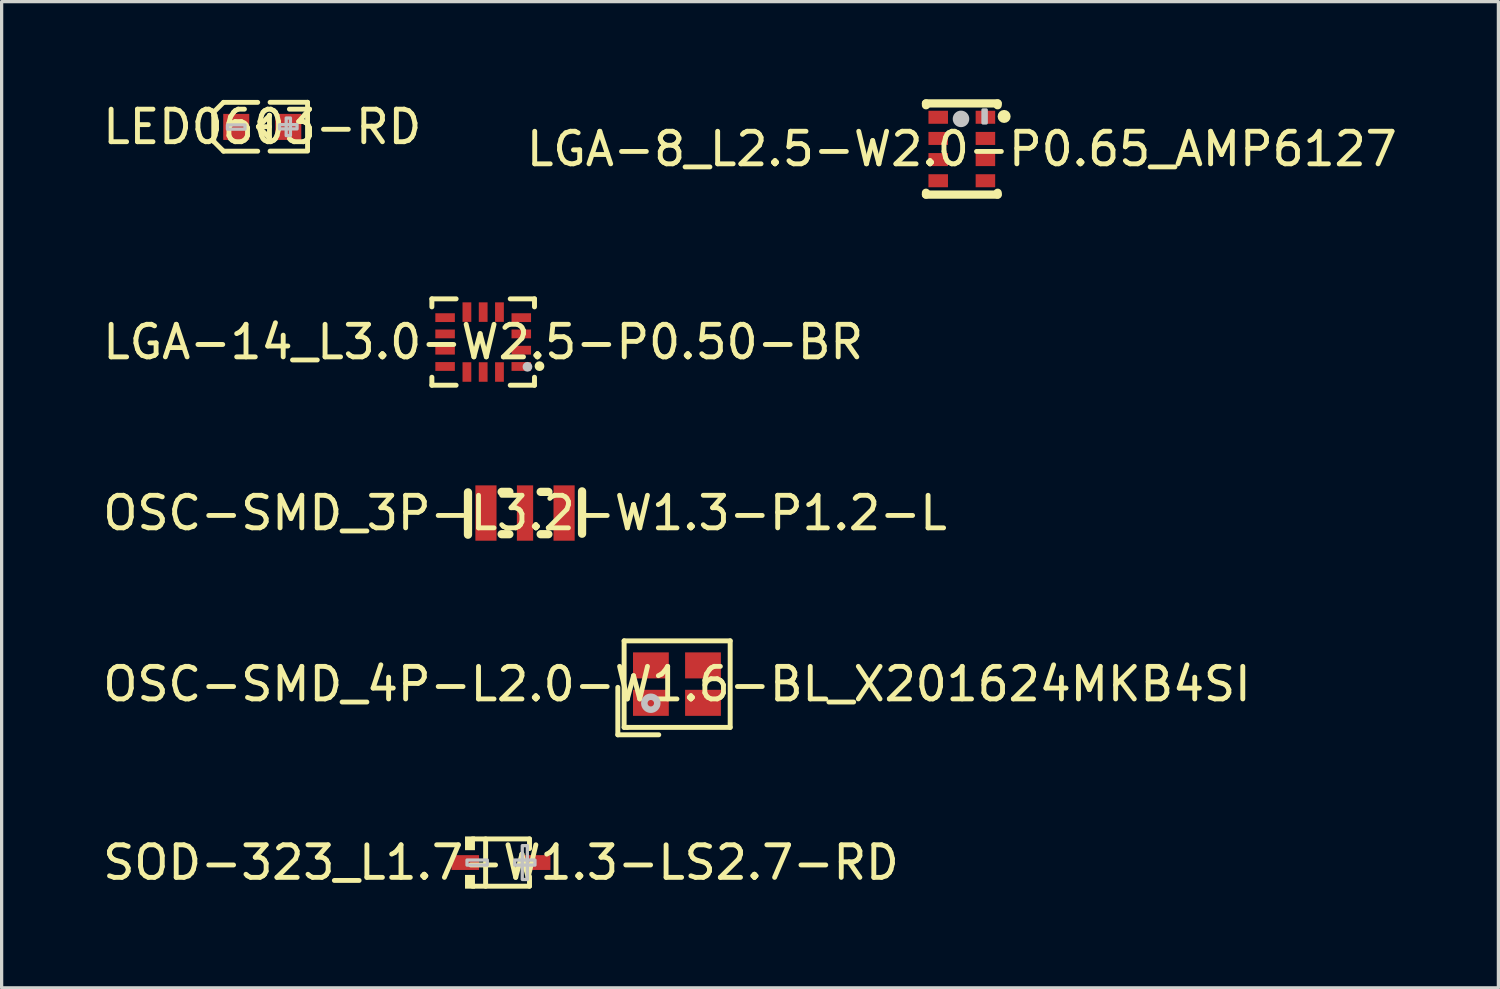
<source format=kicad_pcb>
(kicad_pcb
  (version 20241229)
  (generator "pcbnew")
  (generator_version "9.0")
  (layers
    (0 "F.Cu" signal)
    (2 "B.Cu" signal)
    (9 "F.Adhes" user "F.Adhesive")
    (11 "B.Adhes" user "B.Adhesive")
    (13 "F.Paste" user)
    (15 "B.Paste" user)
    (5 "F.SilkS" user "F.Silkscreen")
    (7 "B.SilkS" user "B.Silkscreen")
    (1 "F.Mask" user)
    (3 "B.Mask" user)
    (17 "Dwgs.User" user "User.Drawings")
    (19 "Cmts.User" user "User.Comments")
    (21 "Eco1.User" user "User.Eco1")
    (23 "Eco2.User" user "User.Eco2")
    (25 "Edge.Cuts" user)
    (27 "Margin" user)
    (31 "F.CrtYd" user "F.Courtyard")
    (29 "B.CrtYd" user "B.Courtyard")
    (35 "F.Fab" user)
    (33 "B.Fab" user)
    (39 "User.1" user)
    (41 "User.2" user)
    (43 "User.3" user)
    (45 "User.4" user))
  (footprint "LED0603-RD"
    (layer "F.Cu")
    (at 5.006 0.848)
    (property "Reference" "LED0603-RD" (at 0 0 0) (layer "F.SilkS") (effects (font (size 1 1) (thickness 0.15))))
    (fp_line (start -1.49 -0.455) (end -1.19 -0.754) (stroke (width 0.15) (type default)) (layer "F.SilkS"))
    (fp_line (start -1.49 -0.354) (end -1.49 -0.455) (stroke (width 0.15) (type default)) (layer "F.SilkS"))
    (fp_line (start -1.49 -0.354) (end -1.49 0.346) (stroke (width 0.15) (type default)) (layer "F.SilkS"))
    (fp_line (start -1.49 0.346) (end -1.49 0.446) (stroke (width 0.15) (type default)) (layer "F.SilkS"))
    (fp_line (start -1.49 0.446) (end -1.19 0.746) (stroke (width 0.15) (type default)) (layer "F.SilkS"))
    (fp_line (start -0.14 -0.754) (end -1.19 -0.754) (stroke (width 0.15) (type default)) (layer "F.SilkS"))
    (fp_line (start -0.14 0.746) (end -1.19 0.746) (stroke (width 0.15) (type default)) (layer "F.SilkS"))
    (fp_line (start 0.21 0.324) (end -0.119 -0.006) (stroke (width 0.15) (type default)) (layer "F.SilkS"))
    (fp_line (start 0.221 -0.356) (end 0.221 -0.346) (stroke (width 0.15) (type default)) (layer "F.SilkS"))
    (fp_line (start 0.221 -0.356) (end 0.221 0.324) (stroke (width 0.15) (type default)) (layer "F.SilkS"))
    (fp_line (start 0.221 -0.346) (end -0.119 -0.006) (stroke (width 0.15) (type default)) (layer "F.SilkS"))
    (fp_line (start 0.221 -0.006) (end -0.119 -0.006) (stroke (width 0.15) (type default)) (layer "F.SilkS"))
    (fp_line (start 0.221 0.324) (end 0.21 0.324) (stroke (width 0.15) (type default)) (layer "F.SilkS"))
    (fp_line (start 0.24 -0.756) (end 1.391 -0.756) (stroke (width 0.15) (type default)) (layer "F.SilkS"))
    (fp_line (start 0.24 0.744) (end 1.391 0.744) (stroke (width 0.15) (type default)) (layer "F.SilkS"))
    (fp_line (start 1.391 -0.756) (end 1.391 0.724) (stroke (width 0.15) (type default)) (layer "F.SilkS"))
    (fp_poly (pts (xy -1.07 -0.061) (xy -0.53 -0.061) (xy -0.53 0.069) (xy -1.07 0.069)) (stroke (width 0.1) (type default)) (fill no) (layer "Dwgs.User"))
    (fp_poly (pts (xy 0.529 -0.069) (xy 1.069 -0.069) (xy 1.069 0.061) (xy 0.529 0.061)) (stroke (width 0.1) (type default)) (fill no) (layer "Dwgs.User"))
    (fp_poly (pts (xy 0.735 0.267) (xy 0.735 -0.273) (xy 0.865 -0.273) (xy 0.865 0.267)) (stroke (width 0.1) (type default)) (fill no) (layer "Dwgs.User"))
    (fp_poly (pts (xy -0.799 0.404) (xy -0.799 -0.397) (xy -0.499 -0.397) (xy -0.499 0.404)) (stroke (width 0.1) (type default)) (fill no) (layer "User.1"))
    (fp_poly (pts (xy 0.5 0.397) (xy 0.5 -0.404) (xy 0.8 -0.404) (xy 0.8 0.397)) (stroke (width 0.1) (type default)) (fill no) (layer "User.1"))
    (fp_line (start -0.799 -0.4) (end 0.8 -0.4) (stroke (width 0.051) (type default)) (layer "User.2"))
    (fp_line (start -0.799 0.4) (end -0.799 -0.4) (stroke (width 0.051) (type default)) (layer "User.2"))
    (fp_line (start 0.8 -0.4) (end 0.8 0.4) (stroke (width 0.051) (type default)) (layer "User.2"))
    (fp_line (start 0.8 0.4) (end -0.799 0.4) (stroke (width 0.051) (type default)) (layer "User.2"))
    (fp_poly (pts (xy -0.744 0.381) (xy -0.777 0.348) (xy -0.822 0.348) (xy -0.855 0.381) (xy -0.855 0.426) (xy -0.822 0.459) (xy -0.777 0.459) (xy -0.744 0.426)) (stroke (width 0.1) (type default)) (fill no) (layer "User.3"))
    (pad "1" smd rect (at -0.799 0 90) (size 0.8 0.8) (layers "F.Cu" "F.Mask" "F.Paste"))
    (pad "2" smd rect (at 0.799 0 90) (size 0.8 0.8) (layers "F.Cu" "F.Mask" "F.Paste")))
  (footprint "SOD-323_L1.7-W1.3-LS2.7-RD"
    (layer "F.Cu")
    (at 12.339 23.445)
    (property "Reference" "SOD-323_L1.7-W1.3-LS2.7-RD" (at 0 0 0) (layer "F.SilkS") (effects (font (size 1 1) (thickness 0.15))))
    (fp_line (start -0.876 -0.726) (end 0.876 -0.726) (stroke (width 0.152) (type default)) (layer "F.SilkS"))
    (fp_line (start -0.876 0.726) (end 0.876 0.726) (stroke (width 0.152) (type default)) (layer "F.SilkS"))
    (fp_line (start -0.472 -0.726) (end -0.472 0.726) (stroke (width 0.152) (type default)) (layer "F.SilkS"))
    (fp_line (start 0.876 -0.726) (end 0.876 -0.43) (stroke (width 0.152) (type default)) (layer "F.SilkS"))
    (fp_line (start 0.876 0.726) (end 0.876 0.43) (stroke (width 0.152) (type default)) (layer "F.SilkS"))
    (fp_poly (pts (xy -0.8 -0.802) (xy -0.8 -0.38) (xy -1.105 -0.38) (xy -1.105 -0.802)) (stroke (width 0) (type default)) (fill yes) (layer "F.SilkS"))
    (fp_poly (pts (xy -0.8 0.802) (xy -0.8 0.38) (xy -1.105 0.38) (xy -1.105 0.802)) (stroke (width 0) (type default)) (fill yes) (layer "F.SilkS"))
    (fp_poly (pts (xy -1.044 -0.078) (xy -1.044 0.078) (xy -0.42 0.078) (xy -0.42 -0.078)) (stroke (width 0.1) (type default)) (fill no) (layer "Dwgs.User"))
    (fp_poly (pts (xy 0.81 -0.52) (xy 0.81 0.52) (xy 0.654 0.52) (xy 0.654 -0.52)) (stroke (width 0.1) (type default)) (fill no) (layer "Dwgs.User"))
    (fp_poly (pts (xy 1.044 -0.078) (xy 1.044 0.078) (xy 0.42 0.078) (xy 0.42 -0.078)) (stroke (width 0.1) (type default)) (fill no) (layer "Dwgs.User"))
    (fp_poly (pts (xy -1.35 0.15) (xy -1.35 -0.15) (xy -1.07 -0.15) (xy -1.07 0.15)) (stroke (width 0.1) (type default)) (fill no) (layer "User.1"))
    (fp_poly (pts (xy -1.08 0.15) (xy -1.08 -0.15) (xy -0.84 -0.15) (xy -0.84 0.15)) (stroke (width 0.1) (type default)) (fill no) (layer "User.1"))
    (fp_poly (pts (xy 0.84 0.15) (xy 0.84 -0.15) (xy 1.08 -0.15) (xy 1.08 0.15)) (stroke (width 0.1) (type default)) (fill no) (layer "User.1"))
    (fp_poly (pts (xy 1.07 0.15) (xy 1.07 -0.15) (xy 1.35 -0.15) (xy 1.35 0.15)) (stroke (width 0.1) (type default)) (fill no) (layer "User.1"))
    (fp_line (start -0.85 -0.65) (end 0.85 -0.65) (stroke (width 0.051) (type default)) (layer "User.2"))
    (fp_line (start -0.85 0.65) (end -0.85 -0.65) (stroke (width 0.051) (type default)) (layer "User.2"))
    (fp_line (start 0.85 -0.65) (end 0.85 0.65) (stroke (width 0.051) (type default)) (layer "User.2"))
    (fp_line (start 0.85 0.65) (end -0.85 0.65) (stroke (width 0.051) (type default)) (layer "User.2"))
    (fp_poly (pts (xy -1.295 0.627) (xy -1.327 0.595) (xy -1.373 0.595) (xy -1.405 0.627) (xy -1.405 0.673) (xy -1.373 0.705) (xy -1.327 0.705) (xy -1.295 0.673)) (stroke (width 0.1) (type default)) (fill no) (layer "User.3"))
    (pad "1" smd rect (at -1.097 0 180) (size 0.845 0.455) (layers "F.Cu" "F.Mask" "F.Paste"))
    (pad "2" smd rect (at 1.097 0 180) (size 0.845 0.455) (layers "F.Cu" "F.Mask" "F.Paste")))
  (footprint "LGA-8_L2.5-W2.0-P0.65_AMP6127"
    (layer "F.Cu")
    (at 26.494 1.527)
    (property "Reference" "LGA-8_L2.5-W2.0-P0.65_AMP6127" (at 0 0 0) (layer "F.SilkS") (effects (font (size 1 1) (thickness 0.15))))
    (fp_line (start -1.1 -1.4) (end -1.1 -1.344) (stroke (width 0.254) (type default)) (layer "F.SilkS"))
    (fp_line (start -1.1 -1.4) (end 1.1 -1.4) (stroke (width 0.254) (type default)) (layer "F.SilkS"))
    (fp_line (start -1.1 1.344) (end -1.1 1.4) (stroke (width 0.254) (type default)) (layer "F.SilkS"))
    (fp_line (start -1.1 1.4) (end 1.1 1.4) (stroke (width 0.254) (type default)) (layer "F.SilkS"))
    (fp_line (start 1.1 -1.4) (end 1.1 -1.344) (stroke (width 0.254) (type default)) (layer "F.SilkS"))
    (fp_line (start 1.1 1.344) (end 1.1 1.4) (stroke (width 0.254) (type default)) (layer "F.SilkS"))
    (fp_circle (center 1.3 -1) (end 1.4 -1) (stroke (width 0.2) (type default)) (fill no) (layer "F.SilkS"))
    (fp_circle (center -0.025 -0.925) (end 0.102 -0.925) (stroke (width 0.254) (type default)) (fill no) (layer "Dwgs.User"))
    (fp_poly (pts (xy 0.65 -1.2) (xy 0.65 -0.8) (xy 0.75 -0.8) (xy 0.75 -1.2)) (stroke (width 0.1) (type default)) (fill no) (layer "Dwgs.User"))
    (fp_poly (pts (xy -0.9 -1.125) (xy -0.55 -1.125) (xy -0.55 -0.825) (xy -0.9 -0.825)) (stroke (width 0.1) (type default)) (fill no) (layer "User.1"))
    (fp_poly (pts (xy -0.9 -0.475) (xy -0.55 -0.475) (xy -0.55 -0.175) (xy -0.9 -0.175)) (stroke (width 0.1) (type default)) (fill no) (layer "User.1"))
    (fp_poly (pts (xy -0.9 0.175) (xy -0.55 0.175) (xy -0.55 0.475) (xy -0.9 0.475)) (stroke (width 0.1) (type default)) (fill no) (layer "User.1"))
    (fp_poly (pts (xy -0.9 0.825) (xy -0.55 0.825) (xy -0.55 1.125) (xy -0.9 1.125)) (stroke (width 0.1) (type default)) (fill no) (layer "User.1"))
    (fp_poly (pts (xy 0.55 -1.125) (xy 0.9 -1.125) (xy 0.9 -0.825) (xy 0.55 -0.825)) (stroke (width 0.1) (type default)) (fill no) (layer "User.1"))
    (fp_poly (pts (xy 0.55 -0.475) (xy 0.9 -0.475) (xy 0.9 -0.175) (xy 0.55 -0.175)) (stroke (width 0.1) (type default)) (fill no) (layer "User.1"))
    (fp_poly (pts (xy 0.55 0.175) (xy 0.9 0.175) (xy 0.9 0.475) (xy 0.55 0.475)) (stroke (width 0.1) (type default)) (fill no) (layer "User.1"))
    (fp_poly (pts (xy 0.55 0.825) (xy 0.9 0.825) (xy 0.9 1.125) (xy 0.55 1.125)) (stroke (width 0.1) (type default)) (fill no) (layer "User.1"))
    (fp_line (start -1 -1.25) (end 1 -1.25) (stroke (width 0.051) (type default)) (layer "User.2"))
    (fp_line (start -1 1.25) (end -1 -1.25) (stroke (width 0.051) (type default)) (layer "User.2"))
    (fp_line (start 1 -1.25) (end 1 1.25) (stroke (width 0.051) (type default)) (layer "User.2"))
    (fp_line (start 1 1.25) (end -1 1.25) (stroke (width 0.051) (type default)) (layer "User.2"))
    (fp_poly (pts (xy 1.055 -1.273) (xy 1.023 -1.305) (xy 0.977 -1.305) (xy 0.945 -1.273) (xy 0.945 -1.227) (xy 0.977 -1.195) (xy 1.023 -1.195) (xy 1.055 -1.227)) (stroke (width 0.1) (type default)) (fill no) (layer "User.3"))
    (pad "1" smd rect (at 0.725 -0.975) (size 0.6 0.4) (layers "F.Cu" "F.Mask" "F.Paste"))
    (pad "2" smd rect (at 0.725 -0.325) (size 0.6 0.4) (layers "F.Cu" "F.Mask" "F.Paste"))
    (pad "3" smd rect (at 0.725 0.325) (size 0.6 0.4) (layers "F.Cu" "F.Mask" "F.Paste"))
    (pad "4" smd rect (at 0.725 0.975) (size 0.6 0.4) (layers "F.Cu" "F.Mask" "F.Paste"))
    (pad "5" smd rect (at -0.725 0.975) (size 0.6 0.4) (layers "F.Cu" "F.Mask" "F.Paste"))
    (pad "6" smd rect (at -0.725 0.325) (size 0.6 0.4) (layers "F.Cu" "F.Mask" "F.Paste"))
    (pad "7" smd rect (at -0.725 -0.325) (size 0.6 0.4) (layers "F.Cu" "F.Mask" "F.Paste"))
    (pad "8" smd rect (at -0.725 -0.975) (size 0.6 0.4) (layers "F.Cu" "F.Mask" "F.Paste")))
  (footprint "LGA-14_L3.0-W2.5-P0.50-BR"
    (layer "F.Cu")
    (at 11.792 7.457)
    (property "Reference" "LGA-14_L3.0-W2.5-P0.50-BR" (at 0 0 0) (layer "F.SilkS") (effects (font (size 1 1) (thickness 0.15))))
    (fp_line (start -1.576 -1.327) (end -1.576 -1.081) (stroke (width 0.152) (type default)) (layer "F.SilkS"))
    (fp_line (start -1.576 1.326) (end -1.576 1.081) (stroke (width 0.152) (type default)) (layer "F.SilkS"))
    (fp_line (start -0.831 -1.327) (end -1.576 -1.327) (stroke (width 0.152) (type default)) (layer "F.SilkS"))
    (fp_line (start -0.831 1.326) (end -1.576 1.326) (stroke (width 0.152) (type default)) (layer "F.SilkS"))
    (fp_line (start 0.831 -1.327) (end 1.576 -1.327) (stroke (width 0.152) (type default)) (layer "F.SilkS"))
    (fp_line (start 0.831 1.326) (end 1.576 1.326) (stroke (width 0.152) (type default)) (layer "F.SilkS"))
    (fp_line (start 1.576 -1.327) (end 1.576 -1.081) (stroke (width 0.152) (type default)) (layer "F.SilkS"))
    (fp_line (start 1.576 1.326) (end 1.576 1.081) (stroke (width 0.152) (type default)) (layer "F.SilkS"))
    (fp_circle (center 1.73 0.74) (end 1.805 0.74) (stroke (width 0.15) (type default)) (fill no) (layer "F.SilkS"))
    (fp_circle (center 1.36 0.76) (end 1.435 0.76) (stroke (width 0.15) (type default)) (fill no) (layer "Dwgs.User"))
    (fp_poly (pts (xy -0.925 -0.625) (xy -1.4 -0.625) (xy -1.4 -0.875) (xy -0.925 -0.875)) (stroke (width 0.1) (type default)) (fill no) (layer "User.1"))
    (fp_poly (pts (xy -0.925 -0.125) (xy -1.4 -0.125) (xy -1.4 -0.375) (xy -0.925 -0.375)) (stroke (width 0.1) (type default)) (fill no) (layer "User.1"))
    (fp_poly (pts (xy -0.925 0.375) (xy -1.4 0.375) (xy -1.4 0.125) (xy -0.925 0.125)) (stroke (width 0.1) (type default)) (fill no) (layer "User.1"))
    (fp_poly (pts (xy -0.925 0.875) (xy -1.4 0.875) (xy -1.4 0.625) (xy -0.925 0.625)) (stroke (width 0.1) (type default)) (fill no) (layer "User.1"))
    (fp_poly (pts (xy -0.375 -0.675) (xy -0.625 -0.675) (xy -0.625 -1.15) (xy -0.375 -1.15)) (stroke (width 0.1) (type default)) (fill no) (layer "User.1"))
    (fp_poly (pts (xy -0.375 1.15) (xy -0.625 1.15) (xy -0.625 0.675) (xy -0.375 0.675)) (stroke (width 0.1) (type default)) (fill no) (layer "User.1"))
    (fp_poly (pts (xy 0.125 -0.675) (xy -0.125 -0.675) (xy -0.125 -1.15) (xy 0.125 -1.15)) (stroke (width 0.1) (type default)) (fill no) (layer "User.1"))
    (fp_poly (pts (xy 0.125 1.15) (xy -0.125 1.15) (xy -0.125 0.675) (xy 0.125 0.675)) (stroke (width 0.1) (type default)) (fill no) (layer "User.1"))
    (fp_poly (pts (xy 0.625 -0.675) (xy 0.375 -0.675) (xy 0.375 -1.15) (xy 0.625 -1.15)) (stroke (width 0.1) (type default)) (fill no) (layer "User.1"))
    (fp_poly (pts (xy 0.625 1.15) (xy 0.375 1.15) (xy 0.375 0.675) (xy 0.625 0.675)) (stroke (width 0.1) (type default)) (fill no) (layer "User.1"))
    (fp_poly (pts (xy 1.4 -0.625) (xy 0.925 -0.625) (xy 0.925 -0.875) (xy 1.4 -0.875)) (stroke (width 0.1) (type default)) (fill no) (layer "User.1"))
    (fp_poly (pts (xy 1.4 -0.125) (xy 0.925 -0.125) (xy 0.925 -0.375) (xy 1.4 -0.375)) (stroke (width 0.1) (type default)) (fill no) (layer "User.1"))
    (fp_poly (pts (xy 1.4 0.375) (xy 0.925 0.375) (xy 0.925 0.125) (xy 1.4 0.125)) (stroke (width 0.1) (type default)) (fill no) (layer "User.1"))
    (fp_poly (pts (xy 1.4 0.875) (xy 0.925 0.875) (xy 0.925 0.625) (xy 1.4 0.625)) (stroke (width 0.1) (type default)) (fill no) (layer "User.1"))
    (fp_line (start -1.5 -1.25) (end 1.5 -1.25) (stroke (width 0.051) (type default)) (layer "User.2"))
    (fp_line (start -1.5 1.25) (end -1.5 -1.25) (stroke (width 0.051) (type default)) (layer "User.2"))
    (fp_line (start 1.5 -1.25) (end 1.5 1.25) (stroke (width 0.051) (type default)) (layer "User.2"))
    (fp_line (start 1.5 1.25) (end -1.5 1.25) (stroke (width 0.051) (type default)) (layer "User.2"))
    (fp_poly (pts (xy 1.555 1.227) (xy 1.523 1.195) (xy 1.477 1.195) (xy 1.445 1.227) (xy 1.445 1.273) (xy 1.477 1.305) (xy 1.523 1.305) (xy 1.555 1.273)) (stroke (width 0.1) (type default)) (fill no) (layer "User.3"))
    (pad "1" smd rect (at 1.17 0.75) (size 0.6 0.27) (layers "F.Cu" "F.Mask" "F.Paste"))
    (pad "2" smd rect (at 1.17 0.25) (size 0.6 0.27) (layers "F.Cu" "F.Mask" "F.Paste"))
    (pad "3" smd rect (at 1.17 -0.25) (size 0.6 0.27) (layers "F.Cu" "F.Mask" "F.Paste"))
    (pad "4" smd rect (at 1.17 -0.75) (size 0.6 0.27) (layers "F.Cu" "F.Mask" "F.Paste"))
    (pad "5" smd rect (at 0.5 -0.92) (size 0.27 0.6) (layers "F.Cu" "F.Mask" "F.Paste"))
    (pad "6" smd rect (at 0 -0.92) (size 0.27 0.6) (layers "F.Cu" "F.Mask" "F.Paste"))
    (pad "7" smd rect (at -0.5 -0.92) (size 0.27 0.6) (layers "F.Cu" "F.Mask" "F.Paste"))
    (pad "8" smd rect (at -1.17 -0.75) (size 0.6 0.27) (layers "F.Cu" "F.Mask" "F.Paste"))
    (pad "9" smd rect (at -1.17 -0.25) (size 0.6 0.27) (layers "F.Cu" "F.Mask" "F.Paste"))
    (pad "10" smd rect (at -1.17 0.25) (size 0.6 0.27) (layers "F.Cu" "F.Mask" "F.Paste"))
    (pad "11" smd rect (at -1.17 0.75) (size 0.6 0.27) (layers "F.Cu" "F.Mask" "F.Paste"))
    (pad "12" smd rect (at -0.5 0.92) (size 0.27 0.6) (layers "F.Cu" "F.Mask" "F.Paste"))
    (pad "13" smd rect (at 0 0.92) (size 0.27 0.6) (layers "F.Cu" "F.Mask" "F.Paste"))
    (pad "14" smd rect (at 0.5 0.92) (size 0.27 0.6) (layers "F.Cu" "F.Mask" "F.Paste")))
  (footprint "OSC-SMD_3P-L3.2-W1.3-P1.2-L"
    (layer "F.Cu")
    (at 13.077 12.709)
    (property "Reference" "OSC-SMD_3P-L3.2-W1.3-P1.2-L" (at 0 0 0) (layer "F.SilkS") (effects (font (size 1 1) (thickness 0.15))))
    (fp_line (start -1.752 -0.635) (end -1.752 0.665) (stroke (width 0.254) (type default)) (layer "F.SilkS"))
    (fp_line (start -0.718 -0.65) (end -0.481 -0.65) (stroke (width 0.254) (type default)) (layer "F.SilkS"))
    (fp_line (start -0.718 0.65) (end -0.481 0.65) (stroke (width 0.254) (type default)) (layer "F.SilkS"))
    (fp_line (start 0.481 -0.65) (end 0.718 -0.65) (stroke (width 0.254) (type default)) (layer "F.SilkS"))
    (fp_line (start 0.481 0.65) (end 0.718 0.65) (stroke (width 0.254) (type default)) (layer "F.SilkS"))
    (fp_line (start 1.752 0.635) (end 1.752 -0.665) (stroke (width 0.254) (type default)) (layer "F.SilkS"))
    (fp_poly (pts (xy -1 -0.65) (xy -1 0.65) (xy -1.4 0.65) (xy -1.4 -0.65)) (stroke (width 0.1) (type default)) (fill no) (layer "User.1"))
    (fp_poly (pts (xy 0.2 -0.65) (xy 0.2 0.65) (xy -0.2 0.65) (xy -0.2 -0.65)) (stroke (width 0.1) (type default)) (fill no) (layer "User.1"))
    (fp_poly (pts (xy 1.4 -0.65) (xy 1.4 0.65) (xy 1 0.65) (xy 1 -0.65)) (stroke (width 0.1) (type default)) (fill no) (layer "User.1"))
    (fp_line (start -1.6 -0.65) (end 1.6 -0.65) (stroke (width 0.051) (type default)) (layer "User.2"))
    (fp_line (start -1.6 0.65) (end -1.6 -0.65) (stroke (width 0.051) (type default)) (layer "User.2"))
    (fp_line (start 1.6 -0.65) (end 1.6 0.65) (stroke (width 0.051) (type default)) (layer "User.2"))
    (fp_line (start 1.6 0.65) (end -1.6 0.65) (stroke (width 0.051) (type default)) (layer "User.2"))
    (fp_poly (pts (xy -1.545 0.627) (xy -1.577 0.595) (xy -1.623 0.595) (xy -1.655 0.627) (xy -1.655 0.673) (xy -1.623 0.705) (xy -1.577 0.705) (xy -1.545 0.673)) (stroke (width 0.1) (type default)) (fill no) (layer "User.3"))
    (pad "1" smd rect (at -1.2 0) (size 0.65 1.7) (layers "F.Cu" "F.Mask" "F.Paste"))
    (pad "2" smd rect (at 0 0) (size 0.5 1.7) (layers "F.Cu" "F.Mask" "F.Paste"))
    (pad "3" smd rect (at 1.2 0) (size 0.65 1.7) (layers "F.Cu" "F.Mask" "F.Paste")))
  (footprint "OSC-SMD_4P-L2.0-W1.6-BL_X201624MKB4SI"
    (layer "F.Cu")
    (at 17.744 17.964)
    (property "Reference" "OSC-SMD_4P-L2.0-W1.6-BL_X201624MKB4SI" (at 0 0 0) (layer "F.SilkS") (effects (font (size 1 1) (thickness 0.15))))
    (fp_line (start -1.816 0.099) (end -1.816 1.557) (stroke (width 0.152) (type default)) (layer "F.SilkS"))
    (fp_line (start -1.816 1.557) (end -0.559 1.557) (stroke (width 0.152) (type default)) (layer "F.SilkS"))
    (fp_line (start -1.623 -1.329) (end 1.635 -1.329) (stroke (width 0.152) (type default)) (layer "F.SilkS"))
    (fp_line (start -1.623 1.329) (end -1.623 -1.329) (stroke (width 0.152) (type default)) (layer "F.SilkS"))
    (fp_line (start -1.529 1.329) (end -1.623 1.329) (stroke (width 0.152) (type default)) (layer "F.SilkS"))
    (fp_line (start 1.635 -1.329) (end 1.635 1.329) (stroke (width 0.152) (type default)) (layer "F.SilkS"))
    (fp_line (start 1.635 1.329) (end -1.529 1.329) (stroke (width 0.152) (type default)) (layer "F.SilkS"))
    (fp_circle (center -0.803 0.587) (end -0.704 0.587) (stroke (width 0.2) (type default)) (fill no) (layer "Dwgs.User"))
    (fp_poly (pts (xy -0.925 -0.25) (xy -0.925 -0.725) (xy -0.35 -0.725) (xy -0.35 -0.25)) (stroke (width 0.1) (type default)) (fill no) (layer "User.1"))
    (fp_poly (pts (xy -0.925 0.725) (xy -0.925 0.25) (xy -0.35 0.25) (xy -0.35 0.725)) (stroke (width 0.1) (type default)) (fill no) (layer "User.1"))
    (fp_poly (pts (xy 0.925 -0.725) (xy 0.925 -0.25) (xy 0.35 -0.25) (xy 0.35 -0.725)) (stroke (width 0.1) (type default)) (fill no) (layer "User.1"))
    (fp_poly (pts (xy 0.925 0.25) (xy 0.925 0.725) (xy 0.35 0.725) (xy 0.35 0.25)) (stroke (width 0.1) (type default)) (fill no) (layer "User.1"))
    (fp_line (start -1 -0.8) (end 1 -0.8) (stroke (width 0.051) (type default)) (layer "User.2"))
    (fp_line (start -1 0.8) (end -1 -0.8) (stroke (width 0.051) (type default)) (layer "User.2"))
    (fp_line (start 1 -0.8) (end 1 0.8) (stroke (width 0.051) (type default)) (layer "User.2"))
    (fp_line (start 1 0.8) (end -1 0.8) (stroke (width 0.051) (type default)) (layer "User.2"))
    (fp_poly (pts (xy -0.945 0.777) (xy -0.977 0.745) (xy -1.023 0.745) (xy -1.055 0.777) (xy -1.055 0.823) (xy -1.023 0.855) (xy -0.977 0.855) (xy -0.945 0.823)) (stroke (width 0.1) (type default)) (fill no) (layer "User.3"))
    (pad "1" smd rect (at -0.8 0.575) (size 1.1 0.8) (layers "F.Cu" "F.Mask" "F.Paste"))
    (pad "2" smd rect (at 0.8 0.575) (size 1.1 0.8) (layers "F.Cu" "F.Mask" "F.Paste"))
    (pad "3" smd rect (at 0.8 -0.575) (size 1.1 0.8) (layers "F.Cu" "F.Mask" "F.Paste"))
    (pad "4" smd rect (at -0.8 -0.575) (size 1.1 0.8) (layers "F.Cu" "F.Mask" "F.Paste")))
  (gr_rect
    (start -3 -3)
    (end 42.976 27.294)
    (stroke (width 0.1) (type default))
    (fill no)
    (layer "Edge.Cuts")))
</source>
